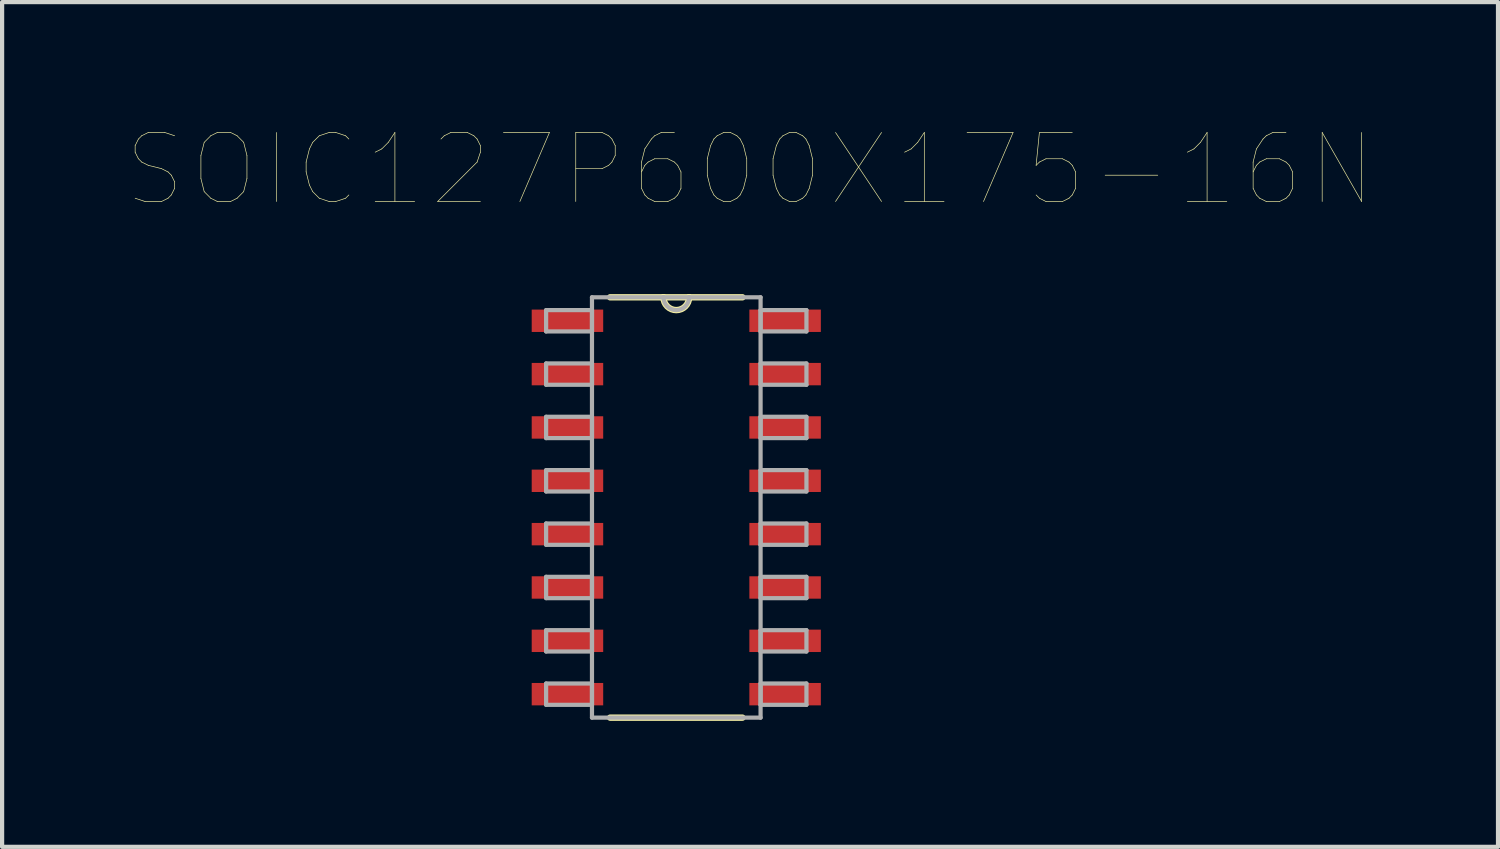
<source format=kicad_pcb>
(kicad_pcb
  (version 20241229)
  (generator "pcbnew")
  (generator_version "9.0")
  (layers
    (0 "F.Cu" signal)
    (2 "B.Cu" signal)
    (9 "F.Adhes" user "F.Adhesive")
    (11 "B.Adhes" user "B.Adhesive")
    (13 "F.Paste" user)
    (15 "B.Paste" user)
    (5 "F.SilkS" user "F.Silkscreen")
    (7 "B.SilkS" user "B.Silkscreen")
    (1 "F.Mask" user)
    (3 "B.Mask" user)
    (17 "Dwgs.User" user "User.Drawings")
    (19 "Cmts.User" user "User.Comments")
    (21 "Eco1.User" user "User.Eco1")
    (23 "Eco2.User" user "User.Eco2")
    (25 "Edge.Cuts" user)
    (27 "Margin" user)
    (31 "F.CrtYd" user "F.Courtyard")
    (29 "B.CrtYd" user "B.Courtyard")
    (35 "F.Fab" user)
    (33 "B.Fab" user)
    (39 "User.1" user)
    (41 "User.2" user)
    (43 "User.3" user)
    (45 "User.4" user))
  (footprint "SOIC127P600X175-16N"
    (layer "F.Cu")
    (at 13.051 9.032)
    (property "Reference" "SOIC127P600X175-16N" (at 1.756 -8.044 0) (layer "F.SilkS") (effects (font (size 1.644 1.644) (thickness 0.015))))
    (attr through_hole)
    (fp_line (start -1.575 5.004) (end 1.575 5.004) (stroke (width 0.152) (type solid)) (layer "F.SilkS"))
    (fp_line (start -0.305 -5.004) (end -1.575 -5.004) (stroke (width 0.152) (type solid)) (layer "F.SilkS"))
    (fp_line (start 0.305 -5.004) (end -0.305 -5.004) (stroke (width 0.152) (type solid)) (layer "F.SilkS"))
    (fp_line (start 1.575 -5.004) (end 0.305 -5.004) (stroke (width 0.152) (type solid)) (layer "F.SilkS"))
    (fp_arc (start 0.3048 -5.0038) (mid 0 -4.699) (end -0.3048 -5.0038) (stroke (width 0.1524) (type solid)) (layer "F.SilkS"))
    (fp_line (start -3.099 -4.699) (end -3.099 -4.191) (stroke (width 0.1) (type solid)) (layer "F.Fab"))
    (fp_line (start -3.099 -4.191) (end -2.007 -4.191) (stroke (width 0.1) (type solid)) (layer "F.Fab"))
    (fp_line (start -3.099 -3.429) (end -3.099 -2.921) (stroke (width 0.1) (type solid)) (layer "F.Fab"))
    (fp_line (start -3.099 -2.921) (end -2.007 -2.921) (stroke (width 0.1) (type solid)) (layer "F.Fab"))
    (fp_line (start -3.099 -2.159) (end -3.099 -1.651) (stroke (width 0.1) (type solid)) (layer "F.Fab"))
    (fp_line (start -3.099 -1.651) (end -2.007 -1.651) (stroke (width 0.1) (type solid)) (layer "F.Fab"))
    (fp_line (start -3.099 -0.889) (end -3.099 -0.381) (stroke (width 0.1) (type solid)) (layer "F.Fab"))
    (fp_line (start -3.099 -0.381) (end -2.007 -0.381) (stroke (width 0.1) (type solid)) (layer "F.Fab"))
    (fp_line (start -3.099 0.381) (end -3.099 0.889) (stroke (width 0.1) (type solid)) (layer "F.Fab"))
    (fp_line (start -3.099 0.889) (end -2.007 0.889) (stroke (width 0.1) (type solid)) (layer "F.Fab"))
    (fp_line (start -3.099 1.651) (end -3.099 2.159) (stroke (width 0.1) (type solid)) (layer "F.Fab"))
    (fp_line (start -3.099 2.159) (end -2.007 2.159) (stroke (width 0.1) (type solid)) (layer "F.Fab"))
    (fp_line (start -3.099 2.921) (end -3.099 3.429) (stroke (width 0.1) (type solid)) (layer "F.Fab"))
    (fp_line (start -3.099 3.429) (end -2.007 3.429) (stroke (width 0.1) (type solid)) (layer "F.Fab"))
    (fp_line (start -3.099 4.191) (end -3.099 4.699) (stroke (width 0.1) (type solid)) (layer "F.Fab"))
    (fp_line (start -3.099 4.699) (end -2.007 4.699) (stroke (width 0.1) (type solid)) (layer "F.Fab"))
    (fp_line (start -2.007 -5.004) (end -2.007 5.004) (stroke (width 0.1) (type solid)) (layer "F.Fab"))
    (fp_line (start -2.007 -4.699) (end -3.099 -4.699) (stroke (width 0.1) (type solid)) (layer "F.Fab"))
    (fp_line (start -2.007 -4.191) (end -2.007 -4.699) (stroke (width 0.1) (type solid)) (layer "F.Fab"))
    (fp_line (start -2.007 -3.429) (end -3.099 -3.429) (stroke (width 0.1) (type solid)) (layer "F.Fab"))
    (fp_line (start -2.007 -2.921) (end -2.007 -3.429) (stroke (width 0.1) (type solid)) (layer "F.Fab"))
    (fp_line (start -2.007 -2.159) (end -3.099 -2.159) (stroke (width 0.1) (type solid)) (layer "F.Fab"))
    (fp_line (start -2.007 -1.651) (end -2.007 -2.159) (stroke (width 0.1) (type solid)) (layer "F.Fab"))
    (fp_line (start -2.007 -0.889) (end -3.099 -0.889) (stroke (width 0.1) (type solid)) (layer "F.Fab"))
    (fp_line (start -2.007 -0.381) (end -2.007 -0.889) (stroke (width 0.1) (type solid)) (layer "F.Fab"))
    (fp_line (start -2.007 0.381) (end -3.099 0.381) (stroke (width 0.1) (type solid)) (layer "F.Fab"))
    (fp_line (start -2.007 0.889) (end -2.007 0.381) (stroke (width 0.1) (type solid)) (layer "F.Fab"))
    (fp_line (start -2.007 1.651) (end -3.099 1.651) (stroke (width 0.1) (type solid)) (layer "F.Fab"))
    (fp_line (start -2.007 2.159) (end -2.007 1.651) (stroke (width 0.1) (type solid)) (layer "F.Fab"))
    (fp_line (start -2.007 2.921) (end -3.099 2.921) (stroke (width 0.1) (type solid)) (layer "F.Fab"))
    (fp_line (start -2.007 3.429) (end -2.007 2.921) (stroke (width 0.1) (type solid)) (layer "F.Fab"))
    (fp_line (start -2.007 4.191) (end -3.099 4.191) (stroke (width 0.1) (type solid)) (layer "F.Fab"))
    (fp_line (start -2.007 4.699) (end -2.007 4.191) (stroke (width 0.1) (type solid)) (layer "F.Fab"))
    (fp_line (start -2.007 5.004) (end 2.007 5.004) (stroke (width 0.1) (type solid)) (layer "F.Fab"))
    (fp_line (start -0.305 -5.004) (end -2.007 -5.004) (stroke (width 0.1) (type solid)) (layer "F.Fab"))
    (fp_line (start 0.305 -5.004) (end -0.305 -5.004) (stroke (width 0.1) (type solid)) (layer "F.Fab"))
    (fp_line (start 2.007 -5.004) (end 0.305 -5.004) (stroke (width 0.1) (type solid)) (layer "F.Fab"))
    (fp_line (start 2.007 -4.699) (end 2.007 -4.191) (stroke (width 0.1) (type solid)) (layer "F.Fab"))
    (fp_line (start 2.007 -4.191) (end 3.099 -4.191) (stroke (width 0.1) (type solid)) (layer "F.Fab"))
    (fp_line (start 2.007 -3.429) (end 2.007 -2.921) (stroke (width 0.1) (type solid)) (layer "F.Fab"))
    (fp_line (start 2.007 -2.921) (end 3.099 -2.921) (stroke (width 0.1) (type solid)) (layer "F.Fab"))
    (fp_line (start 2.007 -2.159) (end 2.007 -1.651) (stroke (width 0.1) (type solid)) (layer "F.Fab"))
    (fp_line (start 2.007 -1.651) (end 3.099 -1.651) (stroke (width 0.1) (type solid)) (layer "F.Fab"))
    (fp_line (start 2.007 -0.889) (end 2.007 -0.381) (stroke (width 0.1) (type solid)) (layer "F.Fab"))
    (fp_line (start 2.007 -0.381) (end 3.099 -0.381) (stroke (width 0.1) (type solid)) (layer "F.Fab"))
    (fp_line (start 2.007 0.381) (end 2.007 0.889) (stroke (width 0.1) (type solid)) (layer "F.Fab"))
    (fp_line (start 2.007 0.889) (end 3.099 0.889) (stroke (width 0.1) (type solid)) (layer "F.Fab"))
    (fp_line (start 2.007 1.651) (end 2.007 2.159) (stroke (width 0.1) (type solid)) (layer "F.Fab"))
    (fp_line (start 2.007 2.159) (end 3.099 2.159) (stroke (width 0.1) (type solid)) (layer "F.Fab"))
    (fp_line (start 2.007 2.921) (end 2.007 3.429) (stroke (width 0.1) (type solid)) (layer "F.Fab"))
    (fp_line (start 2.007 3.429) (end 3.099 3.429) (stroke (width 0.1) (type solid)) (layer "F.Fab"))
    (fp_line (start 2.007 4.191) (end 2.007 4.699) (stroke (width 0.1) (type solid)) (layer "F.Fab"))
    (fp_line (start 2.007 4.699) (end 3.099 4.699) (stroke (width 0.1) (type solid)) (layer "F.Fab"))
    (fp_line (start 2.007 5.004) (end 2.007 -5.004) (stroke (width 0.1) (type solid)) (layer "F.Fab"))
    (fp_line (start 3.099 -4.699) (end 2.007 -4.699) (stroke (width 0.1) (type solid)) (layer "F.Fab"))
    (fp_line (start 3.099 -4.191) (end 3.099 -4.699) (stroke (width 0.1) (type solid)) (layer "F.Fab"))
    (fp_line (start 3.099 -3.429) (end 2.007 -3.429) (stroke (width 0.1) (type solid)) (layer "F.Fab"))
    (fp_line (start 3.099 -2.921) (end 3.099 -3.429) (stroke (width 0.1) (type solid)) (layer "F.Fab"))
    (fp_line (start 3.099 -2.159) (end 2.007 -2.159) (stroke (width 0.1) (type solid)) (layer "F.Fab"))
    (fp_line (start 3.099 -1.651) (end 3.099 -2.159) (stroke (width 0.1) (type solid)) (layer "F.Fab"))
    (fp_line (start 3.099 -0.889) (end 2.007 -0.889) (stroke (width 0.1) (type solid)) (layer "F.Fab"))
    (fp_line (start 3.099 -0.381) (end 3.099 -0.889) (stroke (width 0.1) (type solid)) (layer "F.Fab"))
    (fp_line (start 3.099 0.381) (end 2.007 0.381) (stroke (width 0.1) (type solid)) (layer "F.Fab"))
    (fp_line (start 3.099 0.889) (end 3.099 0.381) (stroke (width 0.1) (type solid)) (layer "F.Fab"))
    (fp_line (start 3.099 1.651) (end 2.007 1.651) (stroke (width 0.1) (type solid)) (layer "F.Fab"))
    (fp_line (start 3.099 2.159) (end 3.099 1.651) (stroke (width 0.1) (type solid)) (layer "F.Fab"))
    (fp_line (start 3.099 2.921) (end 2.007 2.921) (stroke (width 0.1) (type solid)) (layer "F.Fab"))
    (fp_line (start 3.099 3.429) (end 3.099 2.921) (stroke (width 0.1) (type solid)) (layer "F.Fab"))
    (fp_line (start 3.099 4.191) (end 2.007 4.191) (stroke (width 0.1) (type solid)) (layer "F.Fab"))
    (fp_line (start 3.099 4.699) (end 3.099 4.191) (stroke (width 0.1) (type solid)) (layer "F.Fab"))
    (fp_arc (start 0.3048 -5.0038) (mid 0 -4.699) (end -0.3048 -5.0038) (stroke (width 0.1) (type solid)) (layer "F.Fab"))
    (pad "1" smd rect (at -2.591 -4.445) (size 1.702 0.533) (layers "F.Cu" "F.Mask" "F.Paste"))
    (pad "2" smd rect (at -2.591 -3.175) (size 1.702 0.533) (layers "F.Cu" "F.Mask" "F.Paste"))
    (pad "3" smd rect (at -2.591 -1.905) (size 1.702 0.533) (layers "F.Cu" "F.Mask" "F.Paste"))
    (pad "4" smd rect (at -2.591 -0.635) (size 1.702 0.533) (layers "F.Cu" "F.Mask" "F.Paste"))
    (pad "5" smd rect (at -2.591 0.635) (size 1.702 0.533) (layers "F.Cu" "F.Mask" "F.Paste"))
    (pad "6" smd rect (at -2.591 1.905) (size 1.702 0.533) (layers "F.Cu" "F.Mask" "F.Paste"))
    (pad "7" smd rect (at -2.591 3.175) (size 1.702 0.533) (layers "F.Cu" "F.Mask" "F.Paste"))
    (pad "8" smd rect (at -2.591 4.445) (size 1.702 0.533) (layers "F.Cu" "F.Mask" "F.Paste"))
    (pad "9" smd rect (at 2.591 4.445) (size 1.702 0.533) (layers "F.Cu" "F.Mask" "F.Paste"))
    (pad "10" smd rect (at 2.591 3.175) (size 1.702 0.533) (layers "F.Cu" "F.Mask" "F.Paste"))
    (pad "11" smd rect (at 2.591 1.905) (size 1.702 0.533) (layers "F.Cu" "F.Mask" "F.Paste"))
    (pad "12" smd rect (at 2.591 0.635) (size 1.702 0.533) (layers "F.Cu" "F.Mask" "F.Paste"))
    (pad "13" smd rect (at 2.591 -0.635) (size 1.702 0.533) (layers "F.Cu" "F.Mask" "F.Paste"))
    (pad "14" smd rect (at 2.591 -1.905) (size 1.702 0.533) (layers "F.Cu" "F.Mask" "F.Paste"))
    (pad "15" smd rect (at 2.591 -3.175) (size 1.702 0.533) (layers "F.Cu" "F.Mask" "F.Paste"))
    (pad "16" smd rect (at 2.591 -4.445) (size 1.702 0.533) (layers "F.Cu" "F.Mask" "F.Paste")))
  (gr_rect
    (start -3 -3)
    (end 32.615 17.112)
    (stroke (width 0.1) (type default))
    (fill no)
    (layer "Edge.Cuts")))
</source>
